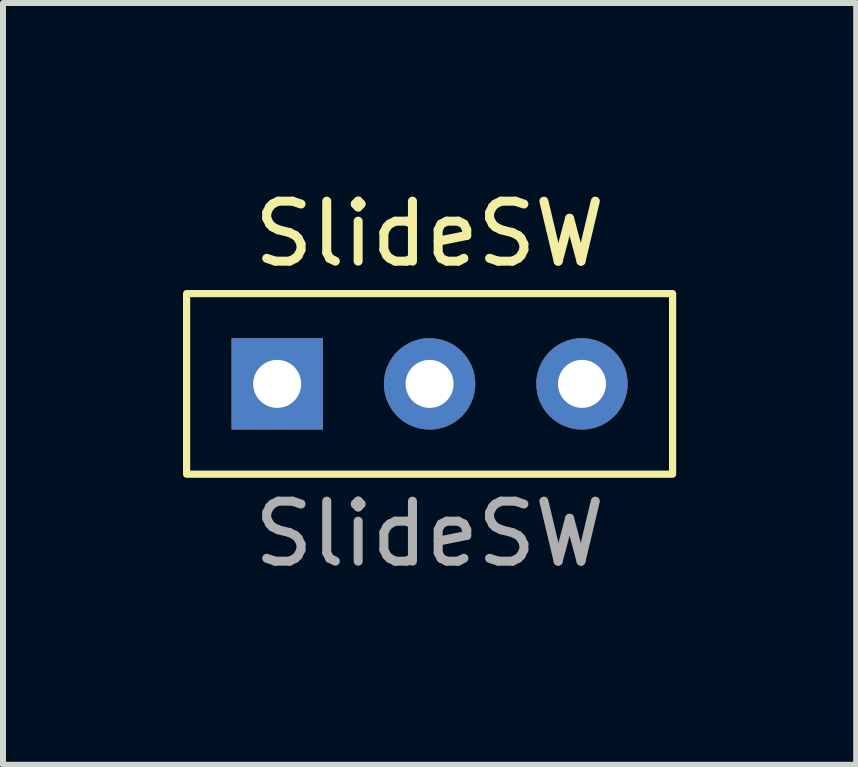
<source format=kicad_pcb>
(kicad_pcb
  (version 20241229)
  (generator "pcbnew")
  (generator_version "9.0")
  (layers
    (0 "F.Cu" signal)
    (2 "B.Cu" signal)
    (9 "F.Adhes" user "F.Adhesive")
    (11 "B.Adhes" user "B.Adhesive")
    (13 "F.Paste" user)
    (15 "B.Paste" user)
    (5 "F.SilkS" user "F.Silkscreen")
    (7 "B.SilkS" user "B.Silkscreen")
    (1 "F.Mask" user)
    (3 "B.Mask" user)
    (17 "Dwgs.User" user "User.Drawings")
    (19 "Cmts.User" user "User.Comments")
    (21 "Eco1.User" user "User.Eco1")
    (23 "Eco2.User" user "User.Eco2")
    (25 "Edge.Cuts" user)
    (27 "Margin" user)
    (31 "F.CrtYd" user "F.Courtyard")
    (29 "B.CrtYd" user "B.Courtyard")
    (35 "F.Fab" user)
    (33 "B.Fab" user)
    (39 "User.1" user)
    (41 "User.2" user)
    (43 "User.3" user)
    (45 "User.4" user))
  (footprint "SlideSW"
    (layer "F.Cu")
    (at 4.11 3.348)
    (property "Reference" "SlideSW" (at 0 -2.5 0) (unlocked yes) (layer "F.SilkS") (effects (font (size 1 1) (thickness 0.15))))
    (attr through_hole)
    (fp_rect (start -4.05 1.505) (end 4.05 -1.505) (stroke (width 0.12) (type default)) (fill no) (layer "F.SilkS"))
    (fp_text user "${REFERENCE}" (at 0 2.5 0) (unlocked yes) (layer "F.Fab") (effects (font (size 1 1) (thickness 0.15))))
    (pad "1" thru_hole rect (at -2.54 0) (size 1.524 1.524) (drill 0.8) (layers "*.Cu" "*.Mask"))
    (pad "2" thru_hole circle (at 0 0) (size 1.524 1.524) (drill 0.8) (layers "*.Cu" "*.Mask"))
    (pad "3" thru_hole circle (at 2.54 0) (size 1.524 1.524) (drill 0.8) (layers "*.Cu" "*.Mask")))
  (gr_rect
    (start -3 -3)
    (end 11.22 9.697)
    (stroke (width 0.1) (type default))
    (fill no)
    (layer "Edge.Cuts")))
</source>
